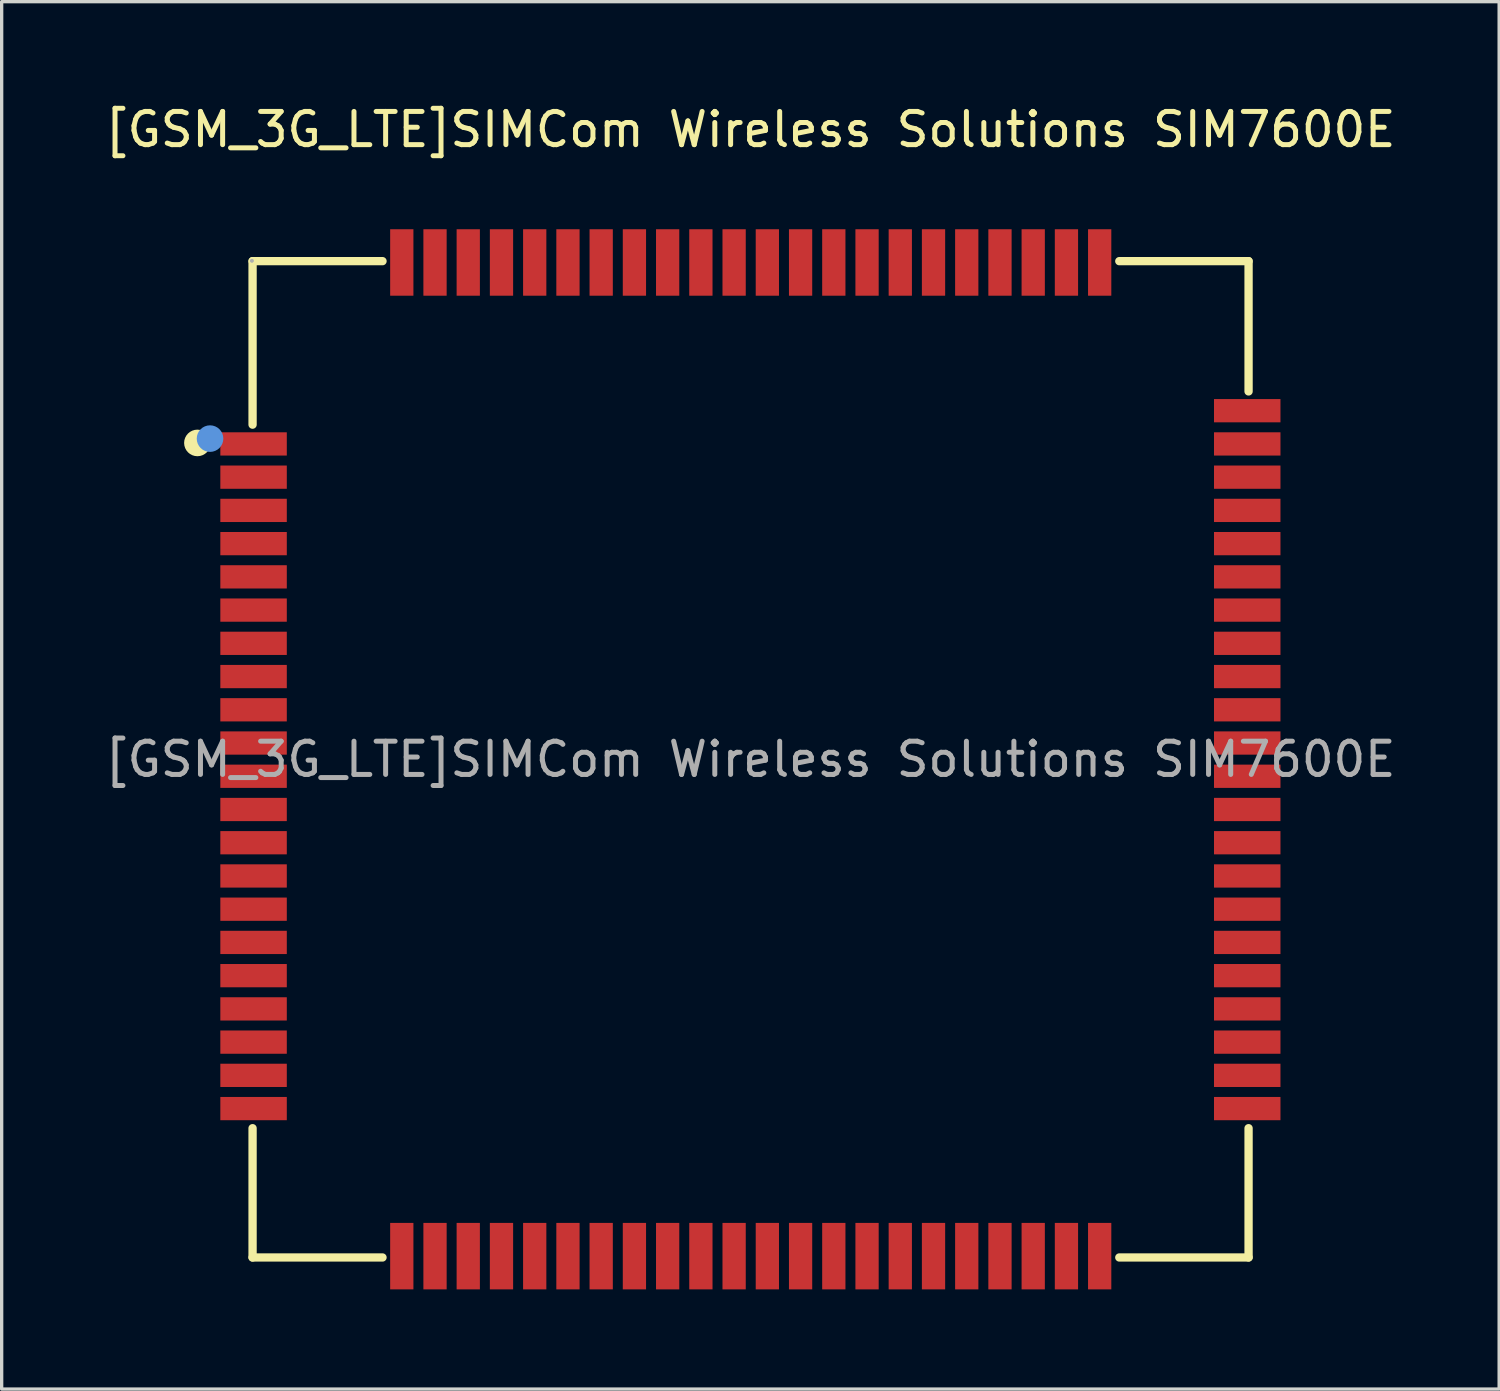
<source format=kicad_pcb>
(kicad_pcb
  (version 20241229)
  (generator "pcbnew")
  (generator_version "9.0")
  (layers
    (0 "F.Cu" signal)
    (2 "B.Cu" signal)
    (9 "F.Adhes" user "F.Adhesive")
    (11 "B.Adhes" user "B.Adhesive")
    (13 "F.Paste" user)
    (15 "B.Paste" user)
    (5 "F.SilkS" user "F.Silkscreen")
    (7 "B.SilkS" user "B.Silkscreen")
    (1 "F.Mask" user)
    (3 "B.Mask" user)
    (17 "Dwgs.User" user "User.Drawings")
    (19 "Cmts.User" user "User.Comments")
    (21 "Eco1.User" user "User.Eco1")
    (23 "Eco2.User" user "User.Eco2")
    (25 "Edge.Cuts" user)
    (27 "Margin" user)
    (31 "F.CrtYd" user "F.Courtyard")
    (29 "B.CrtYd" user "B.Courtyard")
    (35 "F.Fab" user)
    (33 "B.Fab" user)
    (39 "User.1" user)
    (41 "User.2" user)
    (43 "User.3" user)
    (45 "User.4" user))
  (footprint "[GSM_3G_LTE]SIMCom Wireless Solutions SIM7600E"
    (layer "F.Cu")
    (at 19.53 19.798)
    (property "Reference" "[GSM_3G_LTE]SIMCom Wireless Solutions SIM7600E" (at 0 -18.95 0) (layer "F.SilkS") (effects (font (size 1 1) (thickness 0.15))))
    (attr smd)
    (fp_line (start -14.98 -14.99) (end -14.98 -10.07) (stroke (width 0.25) (type solid)) (layer "F.SilkS"))
    (fp_line (start -14.98 11.1) (end -14.98 14.99) (stroke (width 0.25) (type solid)) (layer "F.SilkS"))
    (fp_line (start -14.98 14.99) (end -11.07 14.99) (stroke (width 0.25) (type solid)) (layer "F.SilkS"))
    (fp_line (start -11.07 -14.99) (end -14.98 -14.99) (stroke (width 0.25) (type solid)) (layer "F.SilkS"))
    (fp_line (start 11.1 14.99) (end 14.99 14.99) (stroke (width 0.25) (type solid)) (layer "F.SilkS"))
    (fp_line (start 14.99 -14.99) (end 11.1 -14.99) (stroke (width 0.25) (type solid)) (layer "F.SilkS"))
    (fp_line (start 14.99 -11.07) (end 14.99 -14.99) (stroke (width 0.25) (type solid)) (layer "F.SilkS"))
    (fp_line (start 14.99 14.99) (end 14.99 11.1) (stroke (width 0.25) (type solid)) (layer "F.SilkS"))
    (fp_circle (center -16.64 -9.52) (end -16.44 -9.52) (stroke (width 0.4) (type solid)) (fill no) (layer "F.SilkS"))
    (fp_circle (center -16.26 -9.65) (end -16.06 -9.65) (stroke (width 0.4) (type solid)) (fill no) (layer "Cmts.User"))
    (fp_circle (center -15 -15) (end -14.97 -15) (stroke (width 0.06) (type solid)) (fill no) (layer "F.Fab"))
    (fp_text user "${REFERENCE}" (at 0 0 0) (layer "F.Fab") (effects (font (size 1 1) (thickness 0.15))))
    (pad "1" smd rect (at -14.95 -9.49) (size 2 0.7) (layers "F.Cu" "F.Mask" "F.Paste"))
    (pad "2" smd rect (at -14.95 -8.49) (size 2 0.7) (layers "F.Cu" "F.Mask" "F.Paste"))
    (pad "3" smd rect (at -14.95 -7.49) (size 2 0.7) (layers "F.Cu" "F.Mask" "F.Paste"))
    (pad "4" smd rect (at -14.95 -6.49) (size 2 0.7) (layers "F.Cu" "F.Mask" "F.Paste"))
    (pad "5" smd rect (at -14.95 -5.49) (size 2 0.7) (layers "F.Cu" "F.Mask" "F.Paste"))
    (pad "6" smd rect (at -14.95 -4.49) (size 2 0.7) (layers "F.Cu" "F.Mask" "F.Paste"))
    (pad "7" smd rect (at -14.95 -3.49) (size 2 0.7) (layers "F.Cu" "F.Mask" "F.Paste"))
    (pad "8" smd rect (at -14.95 -2.49) (size 2 0.7) (layers "F.Cu" "F.Mask" "F.Paste"))
    (pad "9" smd rect (at -14.95 -1.49) (size 2 0.7) (layers "F.Cu" "F.Mask" "F.Paste"))
    (pad "10" smd rect (at -14.95 -0.49) (size 2 0.7) (layers "F.Cu" "F.Mask" "F.Paste"))
    (pad "11" smd rect (at -14.95 0.51) (size 2 0.7) (layers "F.Cu" "F.Mask" "F.Paste"))
    (pad "12" smd rect (at -14.95 1.51) (size 2 0.7) (layers "F.Cu" "F.Mask" "F.Paste"))
    (pad "13" smd rect (at -14.95 2.51) (size 2 0.7) (layers "F.Cu" "F.Mask" "F.Paste"))
    (pad "14" smd rect (at -14.95 3.51) (size 2 0.7) (layers "F.Cu" "F.Mask" "F.Paste"))
    (pad "15" smd rect (at -14.95 4.51) (size 2 0.7) (layers "F.Cu" "F.Mask" "F.Paste"))
    (pad "16" smd rect (at -14.95 5.51) (size 2 0.7) (layers "F.Cu" "F.Mask" "F.Paste"))
    (pad "17" smd rect (at -14.95 6.51) (size 2 0.7) (layers "F.Cu" "F.Mask" "F.Paste"))
    (pad "18" smd rect (at -14.95 7.51) (size 2 0.7) (layers "F.Cu" "F.Mask" "F.Paste"))
    (pad "19" smd rect (at -14.95 8.51) (size 2 0.7) (layers "F.Cu" "F.Mask" "F.Paste"))
    (pad "20" smd rect (at -14.95 9.51) (size 2 0.7) (layers "F.Cu" "F.Mask" "F.Paste"))
    (pad "21" smd rect (at -9.49 14.95) (size 0.7 2) (layers "F.Cu" "F.Mask" "F.Paste"))
    (pad "22" smd rect (at -8.49 14.95) (size 0.7 2) (layers "F.Cu" "F.Mask" "F.Paste"))
    (pad "23" smd rect (at -7.49 14.95) (size 0.7 2) (layers "F.Cu" "F.Mask" "F.Paste"))
    (pad "24" smd rect (at -6.49 14.95) (size 0.7 2) (layers "F.Cu" "F.Mask" "F.Paste"))
    (pad "25" smd rect (at -5.49 14.95) (size 0.7 2) (layers "F.Cu" "F.Mask" "F.Paste"))
    (pad "26" smd rect (at -4.49 14.95) (size 0.7 2) (layers "F.Cu" "F.Mask" "F.Paste"))
    (pad "27" smd rect (at -3.49 14.95) (size 0.7 2) (layers "F.Cu" "F.Mask" "F.Paste"))
    (pad "28" smd rect (at -2.49 14.95) (size 0.7 2) (layers "F.Cu" "F.Mask" "F.Paste"))
    (pad "29" smd rect (at -1.49 14.95) (size 0.7 2) (layers "F.Cu" "F.Mask" "F.Paste"))
    (pad "30" smd rect (at -0.49 14.95) (size 0.7 2) (layers "F.Cu" "F.Mask" "F.Paste"))
    (pad "31" smd rect (at 0.51 14.95) (size 0.7 2) (layers "F.Cu" "F.Mask" "F.Paste"))
    (pad "32" smd rect (at 1.51 14.95) (size 0.7 2) (layers "F.Cu" "F.Mask" "F.Paste"))
    (pad "33" smd rect (at 2.51 14.95) (size 0.7 2) (layers "F.Cu" "F.Mask" "F.Paste"))
    (pad "34" smd rect (at 3.51 14.95) (size 0.7 2) (layers "F.Cu" "F.Mask" "F.Paste"))
    (pad "35" smd rect (at 4.51 14.95) (size 0.7 2) (layers "F.Cu" "F.Mask" "F.Paste"))
    (pad "36" smd rect (at 5.51 14.95) (size 0.7 2) (layers "F.Cu" "F.Mask" "F.Paste"))
    (pad "37" smd rect (at 6.51 14.95) (size 0.7 2) (layers "F.Cu" "F.Mask" "F.Paste"))
    (pad "38" smd rect (at 7.51 14.95) (size 0.7 2) (layers "F.Cu" "F.Mask" "F.Paste"))
    (pad "39" smd rect (at 8.51 14.95) (size 0.7 2) (layers "F.Cu" "F.Mask" "F.Paste"))
    (pad "40" smd rect (at 9.51 14.95) (size 0.7 2) (layers "F.Cu" "F.Mask" "F.Paste"))
    (pad "41" smd rect (at 14.95 9.51) (size 2 0.7) (layers "F.Cu" "F.Mask" "F.Paste"))
    (pad "42" smd rect (at 14.95 8.51) (size 2 0.7) (layers "F.Cu" "F.Mask" "F.Paste"))
    (pad "43" smd rect (at 14.95 7.51) (size 2 0.7) (layers "F.Cu" "F.Mask" "F.Paste"))
    (pad "44" smd rect (at 14.95 6.51) (size 2 0.7) (layers "F.Cu" "F.Mask" "F.Paste"))
    (pad "45" smd rect (at 14.95 5.51) (size 2 0.7) (layers "F.Cu" "F.Mask" "F.Paste"))
    (pad "46" smd rect (at 14.95 4.51) (size 2 0.7) (layers "F.Cu" "F.Mask" "F.Paste"))
    (pad "47" smd rect (at 14.95 3.51) (size 2 0.7) (layers "F.Cu" "F.Mask" "F.Paste"))
    (pad "48" smd rect (at 14.95 2.51) (size 2 0.7) (layers "F.Cu" "F.Mask" "F.Paste"))
    (pad "49" smd rect (at 14.95 1.51) (size 2 0.7) (layers "F.Cu" "F.Mask" "F.Paste"))
    (pad "50" smd rect (at 14.95 0.51) (size 2 0.7) (layers "F.Cu" "F.Mask" "F.Paste"))
    (pad "51" smd rect (at 14.95 -0.49) (size 2 0.7) (layers "F.Cu" "F.Mask" "F.Paste"))
    (pad "52" smd rect (at 14.95 -1.49) (size 2 0.7) (layers "F.Cu" "F.Mask" "F.Paste"))
    (pad "53" smd rect (at 14.95 -2.49) (size 2 0.7) (layers "F.Cu" "F.Mask" "F.Paste"))
    (pad "54" smd rect (at 14.95 -3.49) (size 2 0.7) (layers "F.Cu" "F.Mask" "F.Paste"))
    (pad "55" smd rect (at 14.95 -4.49) (size 2 0.7) (layers "F.Cu" "F.Mask" "F.Paste"))
    (pad "56" smd rect (at 14.95 -5.49) (size 2 0.7) (layers "F.Cu" "F.Mask" "F.Paste"))
    (pad "57" smd rect (at 14.95 -6.49) (size 2 0.7) (layers "F.Cu" "F.Mask" "F.Paste"))
    (pad "58" smd rect (at 14.95 -7.49) (size 2 0.7) (layers "F.Cu" "F.Mask" "F.Paste"))
    (pad "59" smd rect (at 14.95 -8.49) (size 2 0.7) (layers "F.Cu" "F.Mask" "F.Paste"))
    (pad "60" smd rect (at 14.95 -9.49) (size 2 0.7) (layers "F.Cu" "F.Mask" "F.Paste"))
    (pad "61" smd rect (at 9.51 -14.95 90) (size 2 0.7) (layers "F.Cu" "F.Mask" "F.Paste"))
    (pad "62" smd rect (at 8.51 -14.95 90) (size 2 0.7) (layers "F.Cu" "F.Mask" "F.Paste"))
    (pad "63" smd rect (at 7.51 -14.95 90) (size 2 0.7) (layers "F.Cu" "F.Mask" "F.Paste"))
    (pad "64" smd rect (at 6.51 -14.95 90) (size 2 0.7) (layers "F.Cu" "F.Mask" "F.Paste"))
    (pad "65" smd rect (at 5.51 -14.95 90) (size 2 0.7) (layers "F.Cu" "F.Mask" "F.Paste"))
    (pad "66" smd rect (at 4.51 -14.95 90) (size 2 0.7) (layers "F.Cu" "F.Mask" "F.Paste"))
    (pad "67" smd rect (at 3.51 -14.95 90) (size 2 0.7) (layers "F.Cu" "F.Mask" "F.Paste"))
    (pad "68" smd rect (at 2.51 -14.95 90) (size 2 0.7) (layers "F.Cu" "F.Mask" "F.Paste"))
    (pad "69" smd rect (at 1.51 -14.95 90) (size 2 0.7) (layers "F.Cu" "F.Mask" "F.Paste"))
    (pad "70" smd rect (at 0.51 -14.95 90) (size 2 0.7) (layers "F.Cu" "F.Mask" "F.Paste"))
    (pad "71" smd rect (at -0.49 -14.95 90) (size 2 0.7) (layers "F.Cu" "F.Mask" "F.Paste"))
    (pad "72" smd rect (at -1.49 -14.95 90) (size 2 0.7) (layers "F.Cu" "F.Mask" "F.Paste"))
    (pad "73" smd rect (at -2.49 -14.95 90) (size 2 0.7) (layers "F.Cu" "F.Mask" "F.Paste"))
    (pad "74" smd rect (at -3.49 -14.95 90) (size 2 0.7) (layers "F.Cu" "F.Mask" "F.Paste"))
    (pad "75" smd rect (at -4.49 -14.95 90) (size 2 0.7) (layers "F.Cu" "F.Mask" "F.Paste"))
    (pad "76" smd rect (at -5.49 -14.95 90) (size 2 0.7) (layers "F.Cu" "F.Mask" "F.Paste"))
    (pad "77" smd rect (at -6.49 -14.95 90) (size 2 0.7) (layers "F.Cu" "F.Mask" "F.Paste"))
    (pad "78" smd rect (at -7.49 -14.95 90) (size 2 0.7) (layers "F.Cu" "F.Mask" "F.Paste"))
    (pad "79" smd rect (at -8.49 -14.95 90) (size 2 0.7) (layers "F.Cu" "F.Mask" "F.Paste"))
    (pad "80" smd rect (at -9.49 -14.95 90) (size 2 0.7) (layers "F.Cu" "F.Mask" "F.Paste"))
    (pad "81" smd rect (at -14.95 10.51) (size 2 0.7) (layers "F.Cu" "F.Mask" "F.Paste"))
    (pad "82" smd rect (at 14.95 10.51) (size 2 0.7) (layers "F.Cu" "F.Mask" "F.Paste"))
    (pad "83" smd rect (at 10.51 14.95) (size 0.7 2) (layers "F.Cu" "F.Mask" "F.Paste"))
    (pad "84" smd rect (at -10.49 14.95) (size 0.7 2) (layers "F.Cu" "F.Mask" "F.Paste"))
    (pad "85" smd rect (at 14.95 -10.49) (size 2 0.7) (layers "F.Cu" "F.Mask" "F.Paste"))
    (pad "86" smd rect (at -10.49 -14.95 90) (size 2 0.7) (layers "F.Cu" "F.Mask" "F.Paste"))
    (pad "87" smd rect (at 10.51 -14.95 90) (size 2 0.7) (layers "F.Cu" "F.Mask" "F.Paste")))
  (gr_rect
    (start -3 -3)
    (end 42.06 38.748)
    (stroke (width 0.1) (type default))
    (fill no)
    (layer "Edge.Cuts")))
</source>
